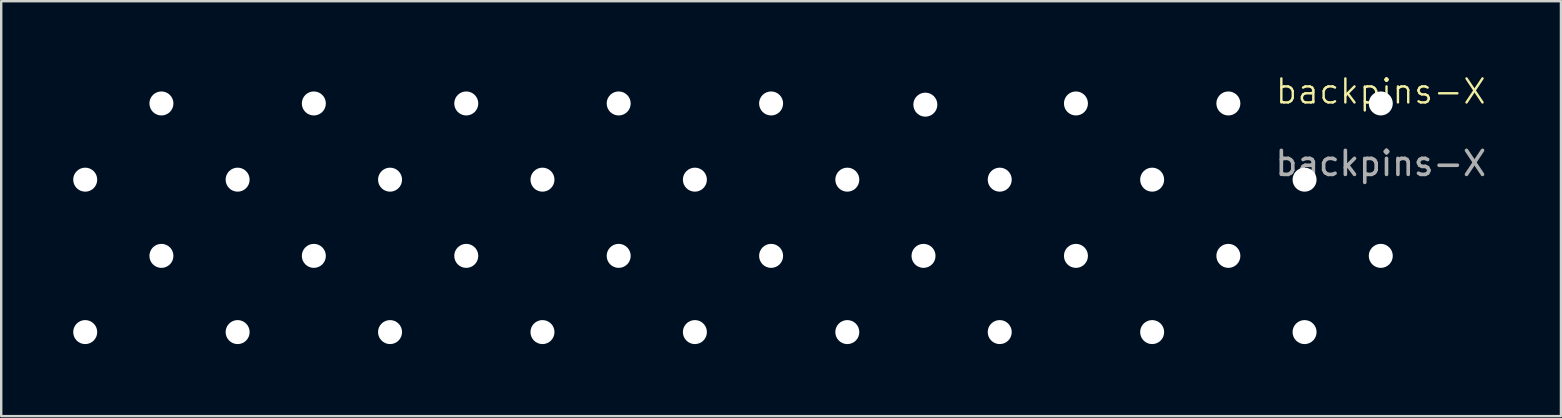
<source format=kicad_pcb>
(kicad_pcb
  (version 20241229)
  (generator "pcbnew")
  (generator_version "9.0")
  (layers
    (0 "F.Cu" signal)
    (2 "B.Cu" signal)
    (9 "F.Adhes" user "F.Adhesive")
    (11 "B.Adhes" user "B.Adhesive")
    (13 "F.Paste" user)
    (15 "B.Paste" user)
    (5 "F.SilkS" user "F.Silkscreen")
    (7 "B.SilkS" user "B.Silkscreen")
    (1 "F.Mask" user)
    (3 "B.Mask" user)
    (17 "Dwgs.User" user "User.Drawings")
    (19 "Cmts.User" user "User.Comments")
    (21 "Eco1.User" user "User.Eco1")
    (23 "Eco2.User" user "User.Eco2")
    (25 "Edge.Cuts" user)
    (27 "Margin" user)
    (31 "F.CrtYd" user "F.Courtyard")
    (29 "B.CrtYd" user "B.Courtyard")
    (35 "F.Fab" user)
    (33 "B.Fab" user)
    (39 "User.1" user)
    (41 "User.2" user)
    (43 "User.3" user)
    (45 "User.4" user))
  (footprint "backpins-X"
    (layer "F.Cu")
    (at 54.475 1.26)
    (property "Reference" "backpins-X" (at 0 -0.5 0) (unlocked yes) (layer "F.SilkS") (effects (font (size 1 1) (thickness 0.1))))
    (attr through_hole)
    (fp_text user "${REFERENCE}" (at 0 2.5 0) (unlocked yes) (layer "F.Fab") (effects (font (size 1 1) (thickness 0.15))))
    (pad "" np_thru_hole circle (at -53.975 3.175) (size 1 1) (drill 1) (layers "*.Cu" "*.Mask"))
    (pad "" np_thru_hole circle (at -53.975 9.525) (size 1 1) (drill 1) (layers "*.Cu" "*.Mask"))
    (pad "" np_thru_hole circle (at -50.8 0) (size 1 1) (drill 1) (layers "*.Cu" "*.Mask"))
    (pad "" np_thru_hole circle (at -50.8 6.35) (size 1 1) (drill 1) (layers "*.Cu" "*.Mask"))
    (pad "" np_thru_hole circle (at -47.625 3.175) (size 1 1) (drill 1) (layers "*.Cu" "*.Mask"))
    (pad "" np_thru_hole circle (at -47.625 9.525) (size 1 1) (drill 1) (layers "*.Cu" "*.Mask"))
    (pad "" np_thru_hole circle (at -44.45 0) (size 1 1) (drill 1) (layers "*.Cu" "*.Mask"))
    (pad "" np_thru_hole circle (at -44.45 6.35) (size 1 1) (drill 1) (layers "*.Cu" "*.Mask"))
    (pad "" np_thru_hole circle (at -41.275 3.175) (size 1 1) (drill 1) (layers "*.Cu" "*.Mask"))
    (pad "" np_thru_hole circle (at -41.275 9.525) (size 1 1) (drill 1) (layers "*.Cu" "*.Mask"))
    (pad "" np_thru_hole circle (at -38.1 0) (size 1 1) (drill 1) (layers "*.Cu" "*.Mask"))
    (pad "" np_thru_hole circle (at -38.1 6.35) (size 1 1) (drill 1) (layers "*.Cu" "*.Mask"))
    (pad "" np_thru_hole circle (at -34.925 3.175) (size 1 1) (drill 1) (layers "*.Cu" "*.Mask"))
    (pad "" np_thru_hole circle (at -34.925 9.525) (size 1 1) (drill 1) (layers "*.Cu" "*.Mask"))
    (pad "" np_thru_hole circle (at -31.75 0) (size 1 1) (drill 1) (layers "*.Cu" "*.Mask"))
    (pad "" np_thru_hole circle (at -31.75 6.35) (size 1 1) (drill 1) (layers "*.Cu" "*.Mask"))
    (pad "" np_thru_hole circle (at -28.575 3.175) (size 1 1) (drill 1) (layers "*.Cu" "*.Mask"))
    (pad "" np_thru_hole circle (at -28.575 9.525) (size 1 1) (drill 1) (layers "*.Cu" "*.Mask"))
    (pad "" np_thru_hole circle (at -25.4 0) (size 1 1) (drill 1) (layers "*.Cu" "*.Mask"))
    (pad "" np_thru_hole circle (at -25.4 6.35) (size 1 1) (drill 1) (layers "*.Cu" "*.Mask"))
    (pad "" np_thru_hole circle (at -22.225 3.175) (size 1 1) (drill 1) (layers "*.Cu" "*.Mask"))
    (pad "" np_thru_hole circle (at -22.225 9.525) (size 1 1) (drill 1) (layers "*.Cu" "*.Mask"))
    (pad "" np_thru_hole circle (at -19.05 6.35) (size 1 1) (drill 1) (layers "*.Cu" "*.Mask"))
    (pad "" np_thru_hole circle (at -18.974 0.05) (size 1 1) (drill 1) (layers "*.Cu" "*.Mask"))
    (pad "" np_thru_hole circle (at -15.875 3.175) (size 1 1) (drill 1) (layers "*.Cu" "*.Mask"))
    (pad "" np_thru_hole circle (at -15.875 9.525) (size 1 1) (drill 1) (layers "*.Cu" "*.Mask"))
    (pad "" np_thru_hole circle (at -12.7 0) (size 1 1) (drill 1) (layers "*.Cu" "*.Mask"))
    (pad "" np_thru_hole circle (at -12.7 6.35) (size 1 1) (drill 1) (layers "*.Cu" "*.Mask"))
    (pad "" np_thru_hole circle (at -9.525 3.175) (size 1 1) (drill 1) (layers "*.Cu" "*.Mask"))
    (pad "" np_thru_hole circle (at -9.525 9.525) (size 1 1) (drill 1) (layers "*.Cu" "*.Mask"))
    (pad "" np_thru_hole circle (at -6.35 0) (size 1 1) (drill 1) (layers "*.Cu" "*.Mask"))
    (pad "" np_thru_hole circle (at -6.35 6.35) (size 1 1) (drill 1) (layers "*.Cu" "*.Mask"))
    (pad "" np_thru_hole circle (at -3.175 3.175) (size 1 1) (drill 1) (layers "*.Cu" "*.Mask"))
    (pad "" np_thru_hole circle (at -3.175 9.525) (size 1 1) (drill 1) (layers "*.Cu" "*.Mask"))
    (pad "" np_thru_hole circle (at 0 0) (size 1 1) (drill 1) (layers "*.Cu" "*.Mask"))
    (pad "" np_thru_hole circle (at 0 6.35) (size 1 1) (drill 1) (layers "*.Cu" "*.Mask")))
  (gr_rect
    (start -3 -3)
    (end 61.981 14.286)
    (stroke (width 0.1) (type default))
    (fill no)
    (layer "Edge.Cuts")))
</source>
